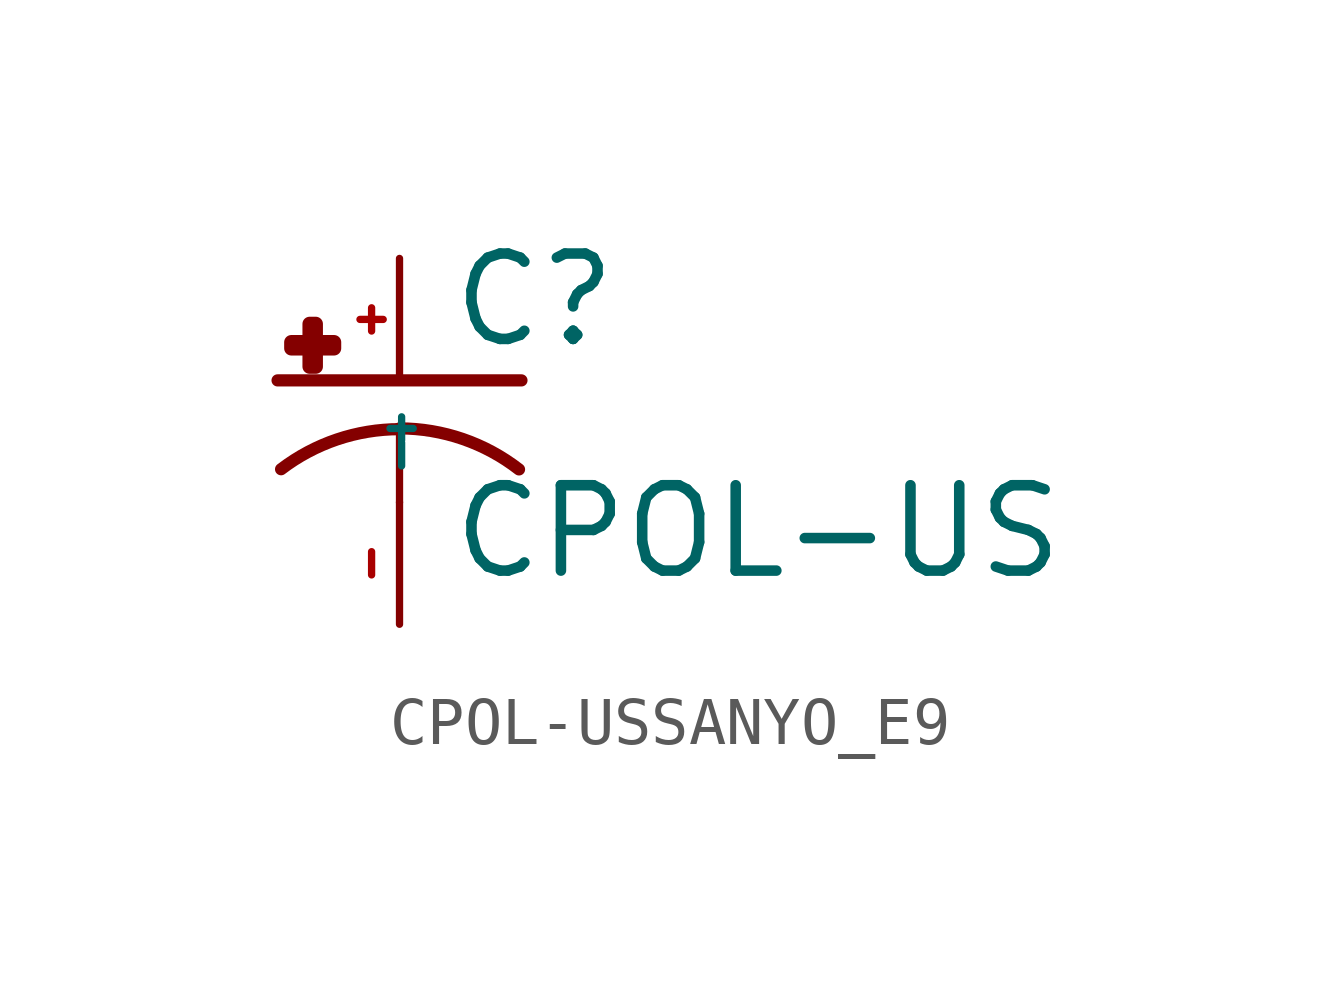
<source format=kicad_sym>
(kicad_symbol_lib
  (version 20220914)
  (generator Eagle2Kicad)
  (symbol "CPOL-USSANYO_E9"
    (property "Reference" "C"
      (at 1.016 0.635 0)
      (effects (font (size 1.778 1.778) (thickness 0.22)) (justify left bottom)))
    (property "Value" "CPOL-US"
      (at 1.016 -4.191 0)
      (effects (font (size 1.778 1.778) (thickness 0.22)) (justify left bottom)))
    (polyline
      (pts (xy -2.54 0) (xy 2.54 0))
      (stroke (width 0.254) (type default))
      (fill (type none)))
    (polyline
      (pts (xy 0 -1.016) (xy 0 -2.54))
      (stroke (width 0.152) (type default))
      (fill (type none)))
    (arc
      (start 2.4892 -1.8542)
      (mid 1.316 -1.220)
      (end 0 -1)
      (stroke (width 0.254) (type default))
      (fill (type none)))
    (arc
      (start 0 -1.0161)
      (mid -1.302 -1.230)
      (end -2.4669 -1.8504)
      (stroke (width 0.254) (type default))
      (fill (type none)))
    (rectangle
      (start -2.253 0.668)
      (end -1.364 0.795)
      (stroke (width 0.3) (type default))
      (fill (type outline)))
    (rectangle
      (start -1.872 0.287)
      (end -1.745 1.176)
      (stroke (width 0.3) (type default))
      (fill (type outline)))
    (pin passive line
      (at 0 2.54 270)
      (length 2.54)
      (name "+" (effects (font (size 0.635 0.635) (thickness 0.08)) (justify left bottom)))
      (number "+" (effects (font (size 0.635 0.635) (thickness 0.08)) (justify left bottom))))
    (pin passive line
      (at 0 -5.08 90)
      (length 2.54)
      (name "-" (effects (font (size 0.635 0.635) (thickness 0.08)) (justify left bottom)))
      (number "-" (effects (font (size 0.635 0.635) (thickness 0.08)) (justify left bottom))))))
</source>
